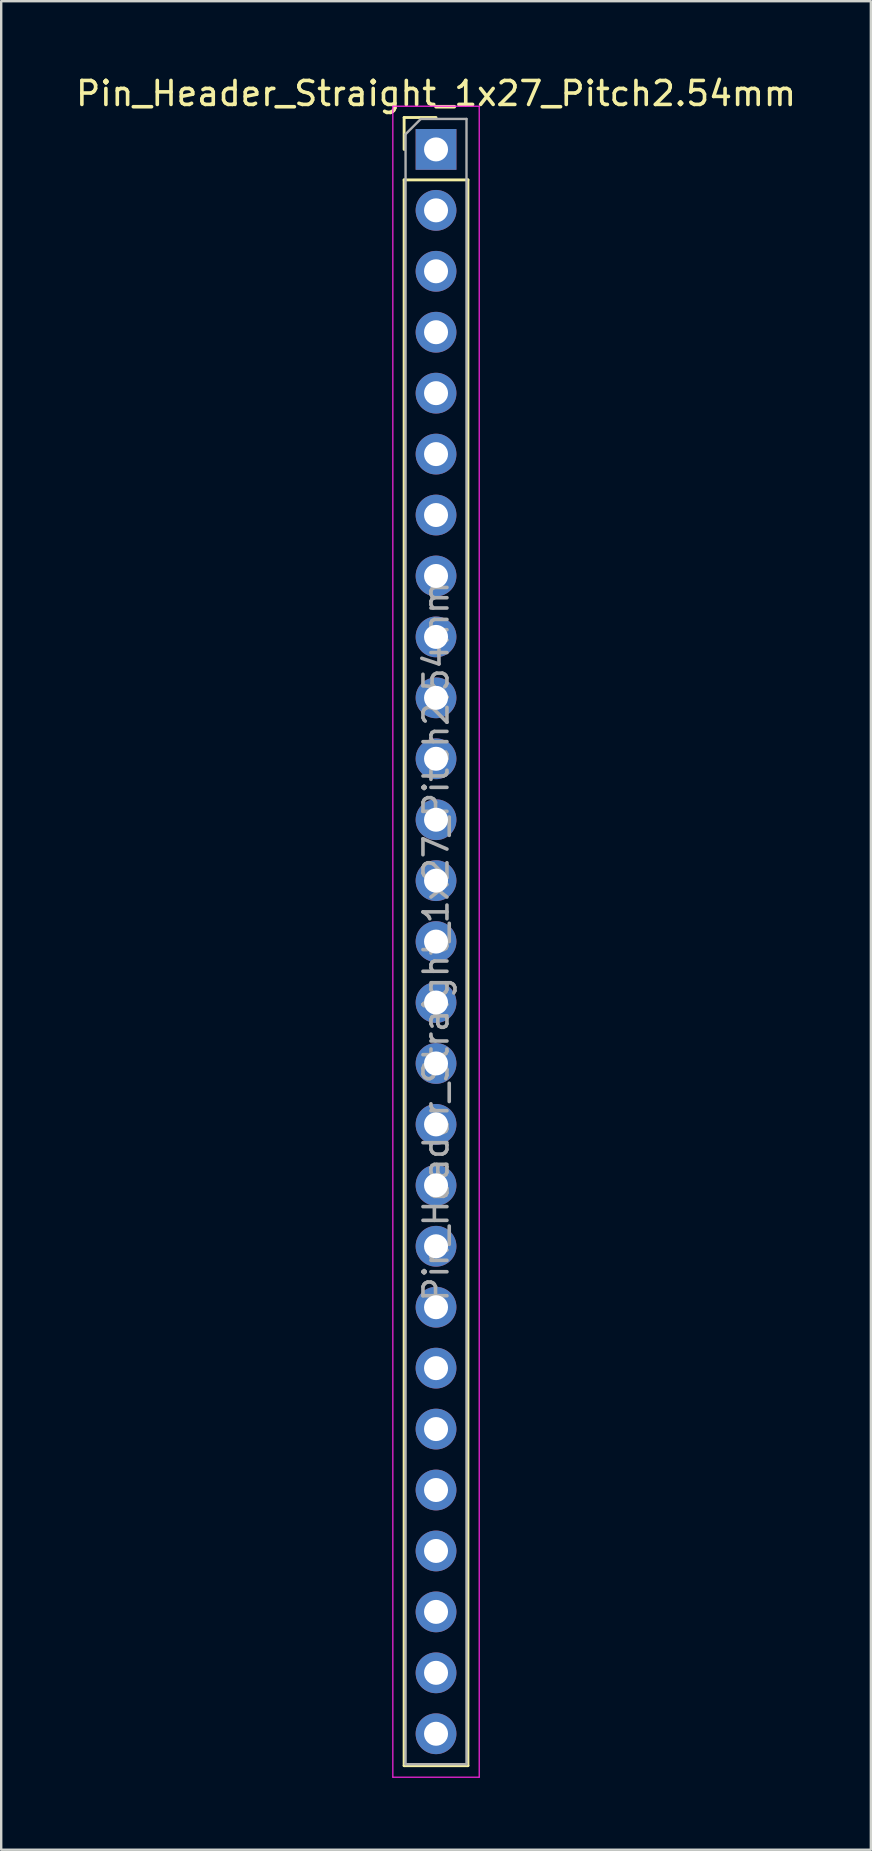
<source format=kicad_pcb>
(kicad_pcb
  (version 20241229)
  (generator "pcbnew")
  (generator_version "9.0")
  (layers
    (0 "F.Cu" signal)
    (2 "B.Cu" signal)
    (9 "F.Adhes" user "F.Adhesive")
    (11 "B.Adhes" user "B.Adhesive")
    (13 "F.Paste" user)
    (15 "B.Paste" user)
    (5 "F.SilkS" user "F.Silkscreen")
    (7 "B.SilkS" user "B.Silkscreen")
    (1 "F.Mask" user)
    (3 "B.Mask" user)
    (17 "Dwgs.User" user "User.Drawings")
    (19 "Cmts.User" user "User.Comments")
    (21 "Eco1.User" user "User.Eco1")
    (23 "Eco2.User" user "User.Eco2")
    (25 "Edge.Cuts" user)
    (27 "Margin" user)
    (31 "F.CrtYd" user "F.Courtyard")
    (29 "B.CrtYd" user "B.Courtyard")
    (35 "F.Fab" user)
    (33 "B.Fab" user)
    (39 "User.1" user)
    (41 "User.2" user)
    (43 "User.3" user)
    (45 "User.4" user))
  (footprint "Pin_Header_Straight_1x27_Pitch2.54mm"
    (layer "F.Cu")
    (at 15.125 3.178)
    (property "Reference" "Pin_Header_Straight_1x27_Pitch2.54mm" (at 0 -2.33 0) (layer "F.SilkS") (effects (font (size 1 1) (thickness 0.15))))
    (attr through_hole)
    (fp_line (start -1.33 -1.33) (end 0 -1.33) (stroke (width 0.12) (type solid)) (layer "F.SilkS"))
    (fp_line (start -1.33 0) (end -1.33 -1.33) (stroke (width 0.12) (type solid)) (layer "F.SilkS"))
    (fp_line (start -1.33 1.27) (end -1.33 67.37) (stroke (width 0.12) (type solid)) (layer "F.SilkS"))
    (fp_line (start -1.33 1.27) (end 1.33 1.27) (stroke (width 0.12) (type solid)) (layer "F.SilkS"))
    (fp_line (start -1.33 67.37) (end 1.33 67.37) (stroke (width 0.12) (type solid)) (layer "F.SilkS"))
    (fp_line (start 1.33 1.27) (end 1.33 67.37) (stroke (width 0.12) (type solid)) (layer "F.SilkS"))
    (fp_line (start -1.8 -1.8) (end -1.8 67.85) (stroke (width 0.05) (type solid)) (layer "F.CrtYd"))
    (fp_line (start -1.8 67.85) (end 1.8 67.85) (stroke (width 0.05) (type solid)) (layer "F.CrtYd"))
    (fp_line (start 1.8 -1.8) (end -1.8 -1.8) (stroke (width 0.05) (type solid)) (layer "F.CrtYd"))
    (fp_line (start 1.8 67.85) (end 1.8 -1.8) (stroke (width 0.05) (type solid)) (layer "F.CrtYd"))
    (fp_line (start -1.27 -0.635) (end -0.635 -1.27) (stroke (width 0.1) (type solid)) (layer "F.Fab"))
    (fp_line (start -1.27 67.31) (end -1.27 -0.635) (stroke (width 0.1) (type solid)) (layer "F.Fab"))
    (fp_line (start -0.635 -1.27) (end 1.27 -1.27) (stroke (width 0.1) (type solid)) (layer "F.Fab"))
    (fp_line (start 1.27 -1.27) (end 1.27 67.31) (stroke (width 0.1) (type solid)) (layer "F.Fab"))
    (fp_line (start 1.27 67.31) (end -1.27 67.31) (stroke (width 0.1) (type solid)) (layer "F.Fab"))
    (fp_text user "${REFERENCE}" (at 0 33.02 90) (layer "F.Fab") (effects (font (size 1 1) (thickness 0.15))))
    (pad "1" thru_hole rect (at 0 0) (size 1.7 1.7) (drill 1) (layers "*.Cu" "*.Mask"))
    (pad "2" thru_hole oval (at 0 2.54) (size 1.7 1.7) (drill 1) (layers "*.Cu" "*.Mask"))
    (pad "3" thru_hole oval (at 0 5.08) (size 1.7 1.7) (drill 1) (layers "*.Cu" "*.Mask"))
    (pad "4" thru_hole oval (at 0 7.62) (size 1.7 1.7) (drill 1) (layers "*.Cu" "*.Mask"))
    (pad "5" thru_hole oval (at 0 10.16) (size 1.7 1.7) (drill 1) (layers "*.Cu" "*.Mask"))
    (pad "6" thru_hole oval (at 0 12.7) (size 1.7 1.7) (drill 1) (layers "*.Cu" "*.Mask"))
    (pad "7" thru_hole oval (at 0 15.24) (size 1.7 1.7) (drill 1) (layers "*.Cu" "*.Mask"))
    (pad "8" thru_hole oval (at 0 17.78) (size 1.7 1.7) (drill 1) (layers "*.Cu" "*.Mask"))
    (pad "9" thru_hole oval (at 0 20.32) (size 1.7 1.7) (drill 1) (layers "*.Cu" "*.Mask"))
    (pad "10" thru_hole oval (at 0 22.86) (size 1.7 1.7) (drill 1) (layers "*.Cu" "*.Mask"))
    (pad "11" thru_hole oval (at 0 25.4) (size 1.7 1.7) (drill 1) (layers "*.Cu" "*.Mask"))
    (pad "12" thru_hole oval (at 0 27.94) (size 1.7 1.7) (drill 1) (layers "*.Cu" "*.Mask"))
    (pad "13" thru_hole oval (at 0 30.48) (size 1.7 1.7) (drill 1) (layers "*.Cu" "*.Mask"))
    (pad "14" thru_hole oval (at 0 33.02) (size 1.7 1.7) (drill 1) (layers "*.Cu" "*.Mask"))
    (pad "15" thru_hole oval (at 0 35.56) (size 1.7 1.7) (drill 1) (layers "*.Cu" "*.Mask"))
    (pad "16" thru_hole oval (at 0 38.1) (size 1.7 1.7) (drill 1) (layers "*.Cu" "*.Mask"))
    (pad "17" thru_hole oval (at 0 40.64) (size 1.7 1.7) (drill 1) (layers "*.Cu" "*.Mask"))
    (pad "18" thru_hole oval (at 0 43.18) (size 1.7 1.7) (drill 1) (layers "*.Cu" "*.Mask"))
    (pad "19" thru_hole oval (at 0 45.72) (size 1.7 1.7) (drill 1) (layers "*.Cu" "*.Mask"))
    (pad "20" thru_hole oval (at 0 48.26) (size 1.7 1.7) (drill 1) (layers "*.Cu" "*.Mask"))
    (pad "21" thru_hole oval (at 0 50.8) (size 1.7 1.7) (drill 1) (layers "*.Cu" "*.Mask"))
    (pad "22" thru_hole oval (at 0 53.34) (size 1.7 1.7) (drill 1) (layers "*.Cu" "*.Mask"))
    (pad "23" thru_hole oval (at 0 55.88) (size 1.7 1.7) (drill 1) (layers "*.Cu" "*.Mask"))
    (pad "24" thru_hole oval (at 0 58.42) (size 1.7 1.7) (drill 1) (layers "*.Cu" "*.Mask"))
    (pad "25" thru_hole oval (at 0 60.96) (size 1.7 1.7) (drill 1) (layers "*.Cu" "*.Mask"))
    (pad "26" thru_hole oval (at 0 63.5) (size 1.7 1.7) (drill 1) (layers "*.Cu" "*.Mask"))
    (pad "27" thru_hole oval (at 0 66.04) (size 1.7 1.7) (drill 1) (layers "*.Cu" "*.Mask")))
  (gr_rect
    (start -3 -3)
    (end 33.25 74.053)
    (stroke (width 0.1) (type default))
    (fill no)
    (layer "Edge.Cuts")))
</source>
